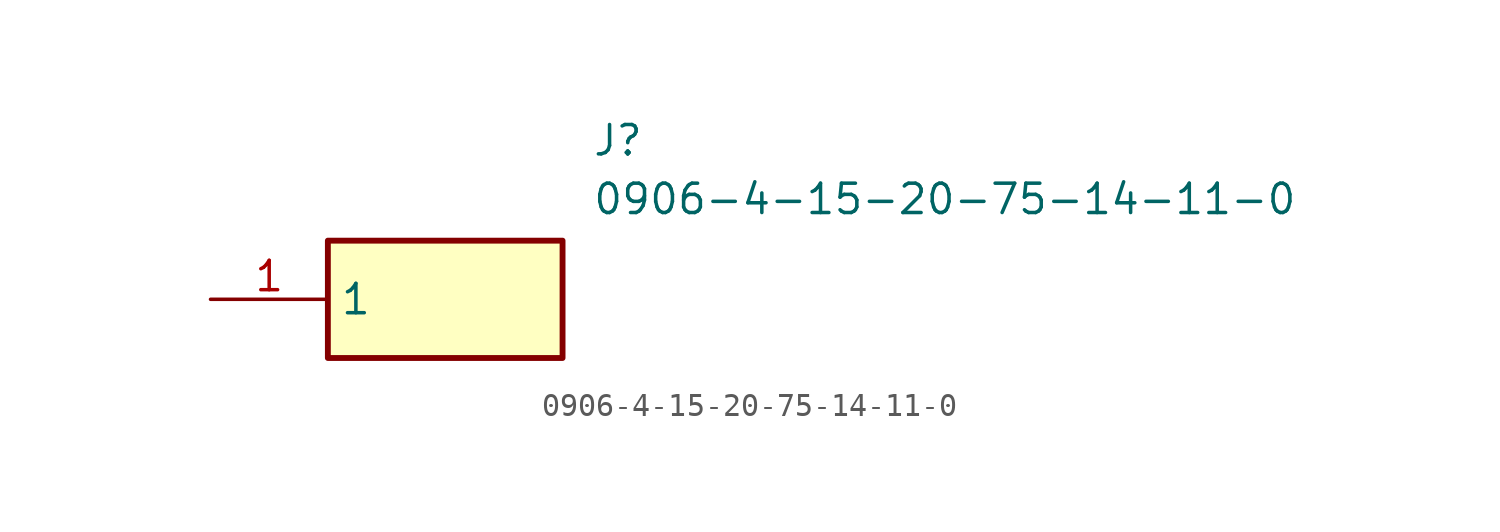
<source format=kicad_sym>
(kicad_symbol_lib
  (version 20211014)
  (generator SamacSys_ECAD_Model)
  (symbol "0906-4-15-20-75-14-11-0"
    (property "Reference" "J"
      (at 16.51 7.62 0)
      (effects (font (size 1.27 1.27)) (justify left top)))
    (property "Value" "0906-4-15-20-75-14-11-0"
      (at 16.51 5.08 0)
      (effects (font (size 1.27 1.27)) (justify left top)))
    (rectangle
      (start 5.08 2.54)
      (end 15.24 -2.54)
      (stroke (width 0.254) (type default))
      (fill (type background)))
    (pin passive line
      (at 0 0 0)
      (length 5.08)
      (name "1" (effects (font (size 1.27 1.27))))
      (number "1" (effects (font (size 1.27 1.27)))))))
</source>
